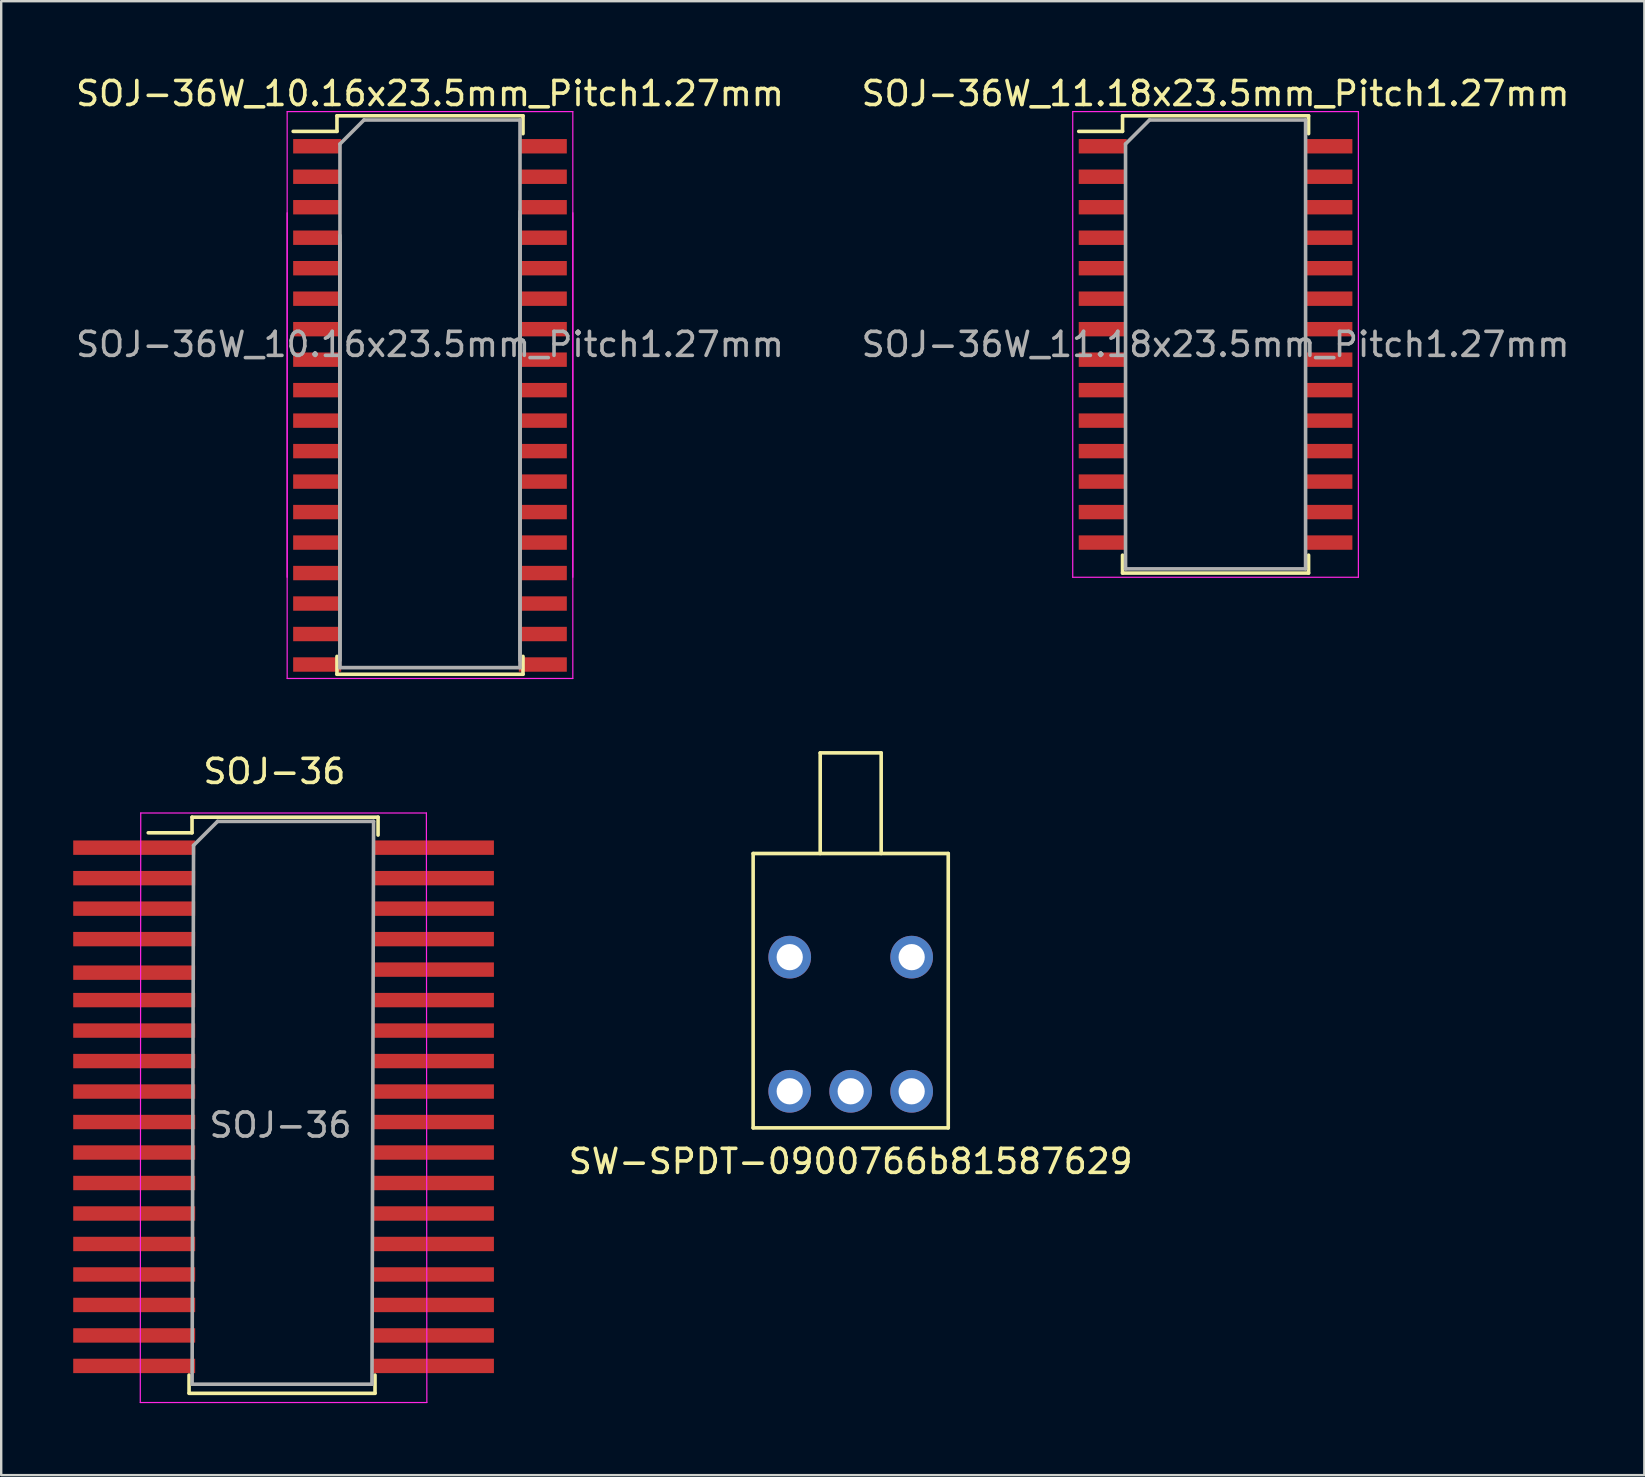
<source format=kicad_pcb>
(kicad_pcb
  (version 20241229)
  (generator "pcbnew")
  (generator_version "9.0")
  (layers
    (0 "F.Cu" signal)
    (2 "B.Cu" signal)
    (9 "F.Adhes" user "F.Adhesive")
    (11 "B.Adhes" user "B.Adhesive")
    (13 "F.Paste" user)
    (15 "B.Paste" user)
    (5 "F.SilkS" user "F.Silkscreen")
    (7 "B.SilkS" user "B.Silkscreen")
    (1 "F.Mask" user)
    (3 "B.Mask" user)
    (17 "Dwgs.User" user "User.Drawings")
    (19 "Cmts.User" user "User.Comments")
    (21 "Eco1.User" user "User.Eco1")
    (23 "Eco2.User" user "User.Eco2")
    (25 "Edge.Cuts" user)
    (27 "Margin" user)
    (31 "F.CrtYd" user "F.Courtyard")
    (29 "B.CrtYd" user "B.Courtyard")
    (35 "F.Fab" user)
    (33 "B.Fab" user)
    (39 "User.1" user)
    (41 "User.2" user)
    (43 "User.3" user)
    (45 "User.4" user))
  (footprint "SOJ-36W_10.16x23.5mm_Pitch1.27mm"
    (layer "F.Cu")
    (at 14.863 11.298)
    (property "Reference" "SOJ-36W_10.16x23.5mm_Pitch1.27mm" (at 0 -10.45 0) (layer "F.SilkS") (effects (font (size 1 1) (thickness 0.15))))
    (attr smd)
    (fp_line (start -3.875 -9.525) (end -3.875 -8.875) (stroke (width 0.15) (type solid)) (layer "F.SilkS"))
    (fp_line (start -3.875 -9.525) (end 3.875 -9.525) (stroke (width 0.15) (type solid)) (layer "F.SilkS"))
    (fp_line (start -3.875 -8.875) (end -5.7 -8.875) (stroke (width 0.15) (type solid)) (layer "F.SilkS"))
    (fp_line (start -3.875 13.741) (end -3.875 12.996) (stroke (width 0.15) (type solid)) (layer "F.SilkS"))
    (fp_line (start -3.875 13.741) (end 3.875 13.741) (stroke (width 0.15) (type solid)) (layer "F.SilkS"))
    (fp_line (start 3.875 -9.525) (end 3.875 -8.78) (stroke (width 0.15) (type solid)) (layer "F.SilkS"))
    (fp_line (start 3.875 13.741) (end 3.875 12.996) (stroke (width 0.15) (type solid)) (layer "F.SilkS"))
    (fp_line (start -5.95 -9.7) (end -5.95 9.7) (stroke (width 0.05) (type solid)) (layer "F.CrtYd"))
    (fp_line (start -5.95 -9.7) (end 5.95 -9.7) (stroke (width 0.05) (type solid)) (layer "F.CrtYd"))
    (fp_line (start -5.95 -5.484) (end -5.95 13.916) (stroke (width 0.05) (type solid)) (layer "F.CrtYd"))
    (fp_line (start -5.95 13.916) (end 5.95 13.916) (stroke (width 0.05) (type solid)) (layer "F.CrtYd"))
    (fp_line (start 5.95 -9.7) (end 5.95 9.7) (stroke (width 0.05) (type solid)) (layer "F.CrtYd"))
    (fp_line (start 5.95 -5.484) (end 5.95 13.916) (stroke (width 0.05) (type solid)) (layer "F.CrtYd"))
    (fp_line (start -3.75 -8.35) (end -2.75 -9.35) (stroke (width 0.15) (type solid)) (layer "F.Fab"))
    (fp_line (start -3.75 9.35) (end -3.75 -8.35) (stroke (width 0.15) (type solid)) (layer "F.Fab"))
    (fp_line (start -3.75 13.16) (end -3.75 -4.54) (stroke (width 0.15) (type solid)) (layer "F.Fab"))
    (fp_line (start -3.75 13.465) (end -3.75 -4.235) (stroke (width 0.15) (type solid)) (layer "F.Fab"))
    (fp_line (start -2.75 -9.35) (end 3.75 -9.35) (stroke (width 0.15) (type solid)) (layer "F.Fab"))
    (fp_line (start 3.75 -9.35) (end 3.75 9.35) (stroke (width 0.15) (type solid)) (layer "F.Fab"))
    (fp_line (start 3.75 -5.54) (end 3.75 13.16) (stroke (width 0.15) (type solid)) (layer "F.Fab"))
    (fp_line (start 3.75 -5.235) (end 3.75 13.465) (stroke (width 0.15) (type solid)) (layer "F.Fab"))
    (fp_line (start 3.75 13.465) (end -3.75 13.465) (stroke (width 0.15) (type solid)) (layer "F.Fab"))
    (fp_text user "${REFERENCE}" (at 0 0 0) (layer "F.Fab") (effects (font (size 1 1) (thickness 0.15))))
    (pad "1" smd rect (at -4.7 -8.255) (size 2 0.6) (layers "F.Cu" "F.Mask" "F.Paste"))
    (pad "2" smd rect (at -4.7 -6.985) (size 2 0.6) (layers "F.Cu" "F.Mask" "F.Paste"))
    (pad "3" smd rect (at -4.7 -5.715) (size 2 0.6) (layers "F.Cu" "F.Mask" "F.Paste"))
    (pad "4" smd rect (at -4.7 -4.445) (size 2 0.6) (layers "F.Cu" "F.Mask" "F.Paste"))
    (pad "5" smd rect (at -4.7 -3.175) (size 2 0.6) (layers "F.Cu" "F.Mask" "F.Paste"))
    (pad "6" smd rect (at -4.7 -1.905) (size 2 0.6) (layers "F.Cu" "F.Mask" "F.Paste"))
    (pad "7" smd rect (at -4.7 -0.635) (size 2 0.6) (layers "F.Cu" "F.Mask" "F.Paste"))
    (pad "8" smd rect (at -4.7 0.635) (size 2 0.6) (layers "F.Cu" "F.Mask" "F.Paste"))
    (pad "9" smd rect (at -4.7 1.905) (size 2 0.6) (layers "F.Cu" "F.Mask" "F.Paste"))
    (pad "10" smd rect (at -4.7 3.175) (size 2 0.6) (layers "F.Cu" "F.Mask" "F.Paste"))
    (pad "11" smd rect (at -4.7 4.445) (size 2 0.6) (layers "F.Cu" "F.Mask" "F.Paste"))
    (pad "12" smd rect (at -4.7 5.715) (size 2 0.6) (layers "F.Cu" "F.Mask" "F.Paste"))
    (pad "13" smd rect (at -4.7 6.985) (size 2 0.6) (layers "F.Cu" "F.Mask" "F.Paste"))
    (pad "14" smd rect (at -4.7 8.255) (size 2 0.6) (layers "F.Cu" "F.Mask" "F.Paste"))
    (pad "15" smd rect (at -4.7 9.525) (size 2 0.6) (layers "F.Cu" "F.Mask" "F.Paste"))
    (pad "16" smd rect (at -4.7 10.795) (size 2 0.6) (layers "F.Cu" "F.Mask" "F.Paste"))
    (pad "17" smd rect (at -4.7 12.065) (size 2 0.6) (layers "F.Cu" "F.Mask" "F.Paste"))
    (pad "18" smd rect (at -4.7 13.335) (size 2 0.6) (layers "F.Cu" "F.Mask" "F.Paste"))
    (pad "19" smd rect (at 4.7 13.335) (size 2 0.6) (layers "F.Cu" "F.Mask" "F.Paste"))
    (pad "20" smd rect (at 4.7 12.065) (size 2 0.6) (layers "F.Cu" "F.Mask" "F.Paste"))
    (pad "21" smd rect (at 4.7 10.795) (size 2 0.6) (layers "F.Cu" "F.Mask" "F.Paste"))
    (pad "22" smd rect (at 4.7 9.525) (size 2 0.6) (layers "F.Cu" "F.Mask" "F.Paste"))
    (pad "23" smd rect (at 4.7 8.255) (size 2 0.6) (layers "F.Cu" "F.Mask" "F.Paste"))
    (pad "24" smd rect (at 4.7 6.985) (size 2 0.6) (layers "F.Cu" "F.Mask" "F.Paste"))
    (pad "25" smd rect (at 4.7 5.715) (size 2 0.6) (layers "F.Cu" "F.Mask" "F.Paste"))
    (pad "26" smd rect (at 4.7 4.445) (size 2 0.6) (layers "F.Cu" "F.Mask" "F.Paste"))
    (pad "27" smd rect (at 4.7 3.175) (size 2 0.6) (layers "F.Cu" "F.Mask" "F.Paste"))
    (pad "28" smd rect (at 4.7 1.905) (size 2 0.6) (layers "F.Cu" "F.Mask" "F.Paste"))
    (pad "29" smd rect (at 4.7 0.635) (size 2 0.6) (layers "F.Cu" "F.Mask" "F.Paste"))
    (pad "30" smd rect (at 4.7 -0.635) (size 2 0.6) (layers "F.Cu" "F.Mask" "F.Paste"))
    (pad "31" smd rect (at 4.7 -1.905) (size 2 0.6) (layers "F.Cu" "F.Mask" "F.Paste"))
    (pad "32" smd rect (at 4.7 -3.175) (size 2 0.6) (layers "F.Cu" "F.Mask" "F.Paste"))
    (pad "33" smd rect (at 4.7 -4.445) (size 2 0.6) (layers "F.Cu" "F.Mask" "F.Paste"))
    (pad "34" smd rect (at 4.7 -5.715) (size 2 0.6) (layers "F.Cu" "F.Mask" "F.Paste"))
    (pad "35" smd rect (at 4.7 -6.985) (size 2 0.6) (layers "F.Cu" "F.Mask" "F.Paste"))
    (pad "36" smd rect (at 4.7 -8.255) (size 2 0.6) (layers "F.Cu" "F.Mask" "F.Paste")))
  (footprint "SOJ-36W_11.18x23.5mm_Pitch1.27mm"
    (layer "F.Cu")
    (at 47.589 11.298)
    (property "Reference" "SOJ-36W_11.18x23.5mm_Pitch1.27mm" (at 0 -10.45 0) (layer "F.SilkS") (effects (font (size 1 1) (thickness 0.15))))
    (attr smd)
    (fp_line (start -3.875 -9.525) (end -3.875 -8.875) (stroke (width 0.15) (type solid)) (layer "F.SilkS"))
    (fp_line (start -3.875 -9.525) (end 3.875 -9.525) (stroke (width 0.15) (type solid)) (layer "F.SilkS"))
    (fp_line (start -3.875 -8.875) (end -5.7 -8.875) (stroke (width 0.15) (type solid)) (layer "F.SilkS"))
    (fp_line (start -3.875 9.525) (end -3.875 8.78) (stroke (width 0.15) (type solid)) (layer "F.SilkS"))
    (fp_line (start -3.875 9.525) (end 3.875 9.525) (stroke (width 0.15) (type solid)) (layer "F.SilkS"))
    (fp_line (start 3.875 -9.525) (end 3.875 -8.78) (stroke (width 0.15) (type solid)) (layer "F.SilkS"))
    (fp_line (start 3.875 9.525) (end 3.875 8.78) (stroke (width 0.15) (type solid)) (layer "F.SilkS"))
    (fp_line (start -5.95 -9.7) (end -5.95 9.7) (stroke (width 0.05) (type solid)) (layer "F.CrtYd"))
    (fp_line (start -5.95 -9.7) (end 5.95 -9.7) (stroke (width 0.05) (type solid)) (layer "F.CrtYd"))
    (fp_line (start -5.95 9.7) (end 5.95 9.7) (stroke (width 0.05) (type solid)) (layer "F.CrtYd"))
    (fp_line (start 5.95 -9.7) (end 5.95 9.7) (stroke (width 0.05) (type solid)) (layer "F.CrtYd"))
    (fp_line (start -3.75 -8.35) (end -2.75 -9.35) (stroke (width 0.15) (type solid)) (layer "F.Fab"))
    (fp_line (start -3.75 9.35) (end -3.75 -8.35) (stroke (width 0.15) (type solid)) (layer "F.Fab"))
    (fp_line (start -2.75 -9.35) (end 3.75 -9.35) (stroke (width 0.15) (type solid)) (layer "F.Fab"))
    (fp_line (start 3.75 -9.35) (end 3.75 9.35) (stroke (width 0.15) (type solid)) (layer "F.Fab"))
    (fp_line (start 3.75 9.35) (end -3.75 9.35) (stroke (width 0.15) (type solid)) (layer "F.Fab"))
    (fp_text user "${REFERENCE}" (at 0 0 0) (layer "F.Fab") (effects (font (size 1 1) (thickness 0.15))))
    (pad "1" smd rect (at -4.7 -8.255) (size 2 0.6) (layers "F.Cu" "F.Mask" "F.Paste"))
    (pad "2" smd rect (at -4.7 -6.985) (size 2 0.6) (layers "F.Cu" "F.Mask" "F.Paste"))
    (pad "3" smd rect (at -4.7 -5.715) (size 2 0.6) (layers "F.Cu" "F.Mask" "F.Paste"))
    (pad "4" smd rect (at -4.7 -4.445) (size 2 0.6) (layers "F.Cu" "F.Mask" "F.Paste"))
    (pad "5" smd rect (at -4.7 -3.175) (size 2 0.6) (layers "F.Cu" "F.Mask" "F.Paste"))
    (pad "6" smd rect (at -4.7 -1.905) (size 2 0.6) (layers "F.Cu" "F.Mask" "F.Paste"))
    (pad "7" smd rect (at -4.7 -0.635) (size 2 0.6) (layers "F.Cu" "F.Mask" "F.Paste"))
    (pad "8" smd rect (at -4.7 0.635) (size 2 0.6) (layers "F.Cu" "F.Mask" "F.Paste"))
    (pad "9" smd rect (at -4.7 1.905) (size 2 0.6) (layers "F.Cu" "F.Mask" "F.Paste"))
    (pad "10" smd rect (at -4.7 3.175) (size 2 0.6) (layers "F.Cu" "F.Mask" "F.Paste"))
    (pad "11" smd rect (at -4.7 4.445) (size 2 0.6) (layers "F.Cu" "F.Mask" "F.Paste"))
    (pad "12" smd rect (at -4.7 5.715) (size 2 0.6) (layers "F.Cu" "F.Mask" "F.Paste"))
    (pad "13" smd rect (at -4.7 6.985) (size 2 0.6) (layers "F.Cu" "F.Mask" "F.Paste"))
    (pad "14" smd rect (at -4.7 8.255) (size 2 0.6) (layers "F.Cu" "F.Mask" "F.Paste"))
    (pad "15" smd rect (at 4.7 8.255) (size 2 0.6) (layers "F.Cu" "F.Mask" "F.Paste"))
    (pad "16" smd rect (at 4.7 6.985) (size 2 0.6) (layers "F.Cu" "F.Mask" "F.Paste"))
    (pad "17" smd rect (at 4.7 5.715) (size 2 0.6) (layers "F.Cu" "F.Mask" "F.Paste"))
    (pad "18" smd rect (at 4.7 4.445) (size 2 0.6) (layers "F.Cu" "F.Mask" "F.Paste"))
    (pad "19" smd rect (at 4.7 3.175) (size 2 0.6) (layers "F.Cu" "F.Mask" "F.Paste"))
    (pad "20" smd rect (at 4.7 1.905) (size 2 0.6) (layers "F.Cu" "F.Mask" "F.Paste"))
    (pad "21" smd rect (at 4.7 0.635) (size 2 0.6) (layers "F.Cu" "F.Mask" "F.Paste"))
    (pad "22" smd rect (at 4.7 -0.635) (size 2 0.6) (layers "F.Cu" "F.Mask" "F.Paste"))
    (pad "23" smd rect (at 4.7 -1.905) (size 2 0.6) (layers "F.Cu" "F.Mask" "F.Paste"))
    (pad "24" smd rect (at 4.7 -3.175) (size 2 0.6) (layers "F.Cu" "F.Mask" "F.Paste"))
    (pad "25" smd rect (at 4.7 -4.445) (size 2 0.6) (layers "F.Cu" "F.Mask" "F.Paste"))
    (pad "26" smd rect (at 4.7 -5.715) (size 2 0.6) (layers "F.Cu" "F.Mask" "F.Paste"))
    (pad "27" smd rect (at 4.7 -6.985) (size 2 0.6) (layers "F.Cu" "F.Mask" "F.Paste"))
    (pad "28" smd rect (at 4.7 -8.255) (size 2 0.6) (layers "F.Cu" "F.Mask" "F.Paste")))
  (footprint "SW-SPDT-0900766b81587629"
    (layer "F.Cu")
    (at 32.389 39.364)
    (property "Reference" "SW-SPDT-0900766b81587629" (at 0 5.969 0) (layer "F.SilkS") (effects (font (size 1 1) (thickness 0.15))))
    (attr through_hole)
    (fp_line (start -4.064 -6.858) (end 4.064 -6.858) (stroke (width 0.15) (type solid)) (layer "F.SilkS"))
    (fp_line (start -4.064 4.572) (end -4.064 -6.858) (stroke (width 0.15) (type solid)) (layer "F.SilkS"))
    (fp_line (start -1.27 -11.049) (end 1.27 -11.049) (stroke (width 0.15) (type solid)) (layer "F.SilkS"))
    (fp_line (start -1.27 -6.858) (end -1.27 -11.049) (stroke (width 0.15) (type solid)) (layer "F.SilkS"))
    (fp_line (start 1.27 -11.049) (end 1.27 -6.858) (stroke (width 0.15) (type solid)) (layer "F.SilkS"))
    (fp_line (start 4.064 -6.858) (end 4.064 4.572) (stroke (width 0.15) (type solid)) (layer "F.SilkS"))
    (fp_line (start 4.064 4.572) (end -4.064 4.572) (stroke (width 0.15) (type solid)) (layer "F.SilkS"))
    (pad "" thru_hole circle (at -2.54 -2.54) (size 1.778 1.778) (drill 1.092) (layers "*.Cu" "*.Mask"))
    (pad "" thru_hole circle (at 2.54 -2.54) (size 1.778 1.778) (drill 1.092) (layers "*.Cu" "*.Mask"))
    (pad "1" thru_hole circle (at -2.54 3.048) (size 1.778 1.778) (drill 1.092) (layers "*.Cu" "*.Mask"))
    (pad "2" thru_hole circle (at 0 3.048) (size 1.778 1.778) (drill 1.092) (layers "*.Cu" "*.Mask"))
    (pad "3" thru_hole circle (at 2.54 3.048) (size 1.778 1.778) (drill 1.092) (layers "*.Cu" "*.Mask")))
  (footprint "SOJ-36"
    (layer "F.Cu")
    (at 8.509 43.693)
    (property "Reference" "SOJ-36" (at -0.127 -14.605 0) (layer "F.SilkS") (effects (font (size 1 1) (thickness 0.15))))
    (attr smd)
    (fp_line (start -3.683 11.286) (end -3.683 10.541) (stroke (width 0.15) (type solid)) (layer "F.SilkS"))
    (fp_line (start -3.683 11.303) (end 4.067 11.303) (stroke (width 0.15) (type solid)) (layer "F.SilkS"))
    (fp_line (start -3.559 -12.7) (end -3.559 -12.05) (stroke (width 0.15) (type solid)) (layer "F.SilkS"))
    (fp_line (start -3.559 -12.7) (end 4.191 -12.7) (stroke (width 0.15) (type solid)) (layer "F.SilkS"))
    (fp_line (start -3.559 -12.05) (end -5.384 -12.05) (stroke (width 0.15) (type solid)) (layer "F.SilkS"))
    (fp_line (start 4.064 11.286) (end 4.064 10.541) (stroke (width 0.15) (type solid)) (layer "F.SilkS"))
    (fp_line (start 4.191 -12.7) (end 4.191 -11.955) (stroke (width 0.15) (type solid)) (layer "F.SilkS"))
    (fp_line (start -5.715 11.684) (end 6.223 11.684) (stroke (width 0.05) (type solid)) (layer "F.CrtYd"))
    (fp_line (start -5.696 -12.875) (end -5.715 11.684) (stroke (width 0.05) (type solid)) (layer "F.CrtYd"))
    (fp_line (start -5.696 -12.875) (end 6.204 -12.875) (stroke (width 0.05) (type solid)) (layer "F.CrtYd"))
    (fp_line (start 6.204 -12.875) (end 6.223 11.684) (stroke (width 0.05) (type solid)) (layer "F.CrtYd"))
    (fp_line (start -3.556 10.922) (end -3.496 -11.525) (stroke (width 0.15) (type solid)) (layer "F.Fab"))
    (fp_line (start -3.496 -11.525) (end -2.496 -12.525) (stroke (width 0.15) (type solid)) (layer "F.Fab"))
    (fp_line (start -2.496 -12.525) (end 4.004 -12.525) (stroke (width 0.15) (type solid)) (layer "F.Fab"))
    (fp_line (start 3.944 10.922) (end -3.556 10.922) (stroke (width 0.15) (type solid)) (layer "F.Fab"))
    (fp_line (start 4.004 -12.525) (end 3.937 10.922) (stroke (width 0.15) (type solid)) (layer "F.Fab"))
    (fp_text user "${REFERENCE}" (at 0.127 0.127 0) (layer "F.Fab") (effects (font (size 1 1) (thickness 0.15))))
    (pad "1" smd rect (at -5.969 -11.43) (size 5.08 0.6) (layers "F.Cu" "F.Mask" "F.Paste"))
    (pad "2" smd rect (at -5.969 -10.16) (size 5.08 0.6) (layers "F.Cu" "F.Mask" "F.Paste"))
    (pad "3" smd rect (at -5.969 -8.89) (size 5.08 0.6) (layers "F.Cu" "F.Mask" "F.Paste"))
    (pad "4" smd rect (at -5.969 -7.62) (size 5.08 0.6) (layers "F.Cu" "F.Mask" "F.Paste"))
    (pad "5" smd rect (at -5.969 -6.223) (size 5.08 0.6) (layers "F.Cu" "F.Mask" "F.Paste"))
    (pad "6" smd rect (at -5.969 -5.08) (size 5.08 0.6) (layers "F.Cu" "F.Mask" "F.Paste"))
    (pad "7" smd rect (at -5.969 -3.81) (size 5.08 0.6) (layers "F.Cu" "F.Mask" "F.Paste"))
    (pad "8" smd rect (at -5.969 -2.54) (size 5.08 0.6) (layers "F.Cu" "F.Mask" "F.Paste"))
    (pad "9" smd rect (at -5.969 -1.27) (size 5.08 0.6) (layers "F.Cu" "F.Mask" "F.Paste"))
    (pad "10" smd rect (at -5.969 0) (size 5.08 0.6) (layers "F.Cu" "F.Mask" "F.Paste"))
    (pad "11" smd rect (at -5.969 1.27) (size 5.08 0.6) (layers "F.Cu" "F.Mask" "F.Paste"))
    (pad "12" smd rect (at -5.969 2.54) (size 5.08 0.6) (layers "F.Cu" "F.Mask" "F.Paste"))
    (pad "13" smd rect (at -5.969 3.81) (size 5.08 0.6) (layers "F.Cu" "F.Mask" "F.Paste"))
    (pad "14" smd rect (at -5.969 5.08) (size 5.08 0.6) (layers "F.Cu" "F.Mask" "F.Paste"))
    (pad "15" smd rect (at -5.969 6.35) (size 5.08 0.6) (layers "F.Cu" "F.Mask" "F.Paste"))
    (pad "16" smd rect (at -5.969 7.62) (size 5.08 0.6) (layers "F.Cu" "F.Mask" "F.Paste"))
    (pad "17" smd rect (at -5.969 8.89) (size 5.08 0.6) (layers "F.Cu" "F.Mask" "F.Paste"))
    (pad "18" smd rect (at -5.969 10.16) (size 5.08 0.6) (layers "F.Cu" "F.Mask" "F.Paste"))
    (pad "19" smd rect (at 6.477 10.16) (size 5.08 0.6) (layers "F.Cu" "F.Mask" "F.Paste"))
    (pad "20" smd rect (at 6.477 8.89) (size 5.08 0.6) (layers "F.Cu" "F.Mask" "F.Paste"))
    (pad "21" smd rect (at 6.477 7.62) (size 5.08 0.6) (layers "F.Cu" "F.Mask" "F.Paste"))
    (pad "22" smd rect (at 6.477 6.35) (size 5.08 0.6) (layers "F.Cu" "F.Mask" "F.Paste"))
    (pad "23" smd rect (at 6.477 5.08) (size 5.08 0.6) (layers "F.Cu" "F.Mask" "F.Paste"))
    (pad "24" smd rect (at 6.477 3.81) (size 5.08 0.6) (layers "F.Cu" "F.Mask" "F.Paste"))
    (pad "25" smd rect (at 6.477 2.54) (size 5.08 0.6) (layers "F.Cu" "F.Mask" "F.Paste"))
    (pad "26" smd rect (at 6.477 1.27) (size 5.08 0.6) (layers "F.Cu" "F.Mask" "F.Paste"))
    (pad "27" smd rect (at 6.477 0) (size 5.08 0.6) (layers "F.Cu" "F.Mask" "F.Paste"))
    (pad "28" smd rect (at 6.477 -1.27) (size 5.08 0.6) (layers "F.Cu" "F.Mask" "F.Paste"))
    (pad "29" smd rect (at 6.477 -2.54) (size 5.08 0.6) (layers "F.Cu" "F.Mask" "F.Paste"))
    (pad "30" smd rect (at 6.477 -3.81) (size 5.08 0.6) (layers "F.Cu" "F.Mask" "F.Paste"))
    (pad "31" smd rect (at 6.477 -5.08) (size 5.08 0.6) (layers "F.Cu" "F.Mask" "F.Paste"))
    (pad "32" smd rect (at 6.477 -6.35) (size 5.08 0.6) (layers "F.Cu" "F.Mask" "F.Paste"))
    (pad "33" smd rect (at 6.477 -7.62) (size 5.08 0.6) (layers "F.Cu" "F.Mask" "F.Paste"))
    (pad "34" smd rect (at 6.477 -8.89) (size 5.08 0.6) (layers "F.Cu" "F.Mask" "F.Paste"))
    (pad "35" smd rect (at 6.477 -10.16) (size 5.08 0.6) (layers "F.Cu" "F.Mask" "F.Paste"))
    (pad "36" smd rect (at 6.477 -11.43) (size 5.08 0.6) (layers "F.Cu" "F.Mask" "F.Paste")))
  (gr_rect
    (start -3 -3)
    (end 65.452 58.402)
    (stroke (width 0.1) (type default))
    (fill no)
    (layer "Edge.Cuts")))
</source>
